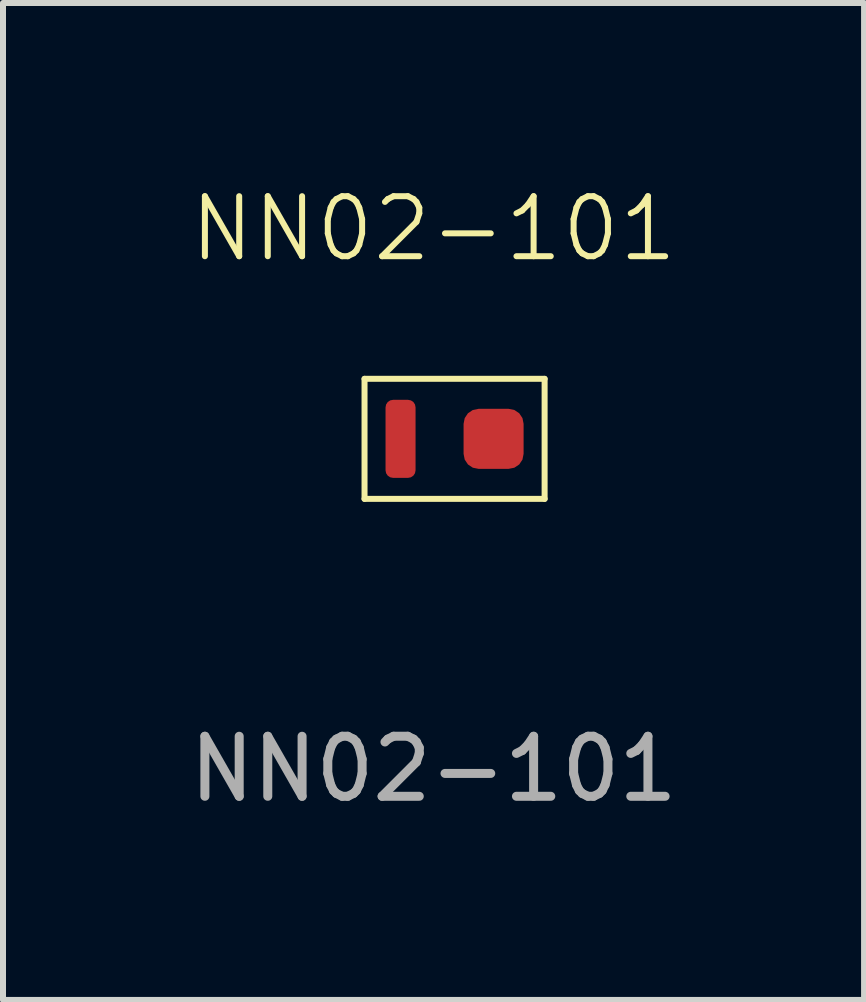
<source format=kicad_pcb>
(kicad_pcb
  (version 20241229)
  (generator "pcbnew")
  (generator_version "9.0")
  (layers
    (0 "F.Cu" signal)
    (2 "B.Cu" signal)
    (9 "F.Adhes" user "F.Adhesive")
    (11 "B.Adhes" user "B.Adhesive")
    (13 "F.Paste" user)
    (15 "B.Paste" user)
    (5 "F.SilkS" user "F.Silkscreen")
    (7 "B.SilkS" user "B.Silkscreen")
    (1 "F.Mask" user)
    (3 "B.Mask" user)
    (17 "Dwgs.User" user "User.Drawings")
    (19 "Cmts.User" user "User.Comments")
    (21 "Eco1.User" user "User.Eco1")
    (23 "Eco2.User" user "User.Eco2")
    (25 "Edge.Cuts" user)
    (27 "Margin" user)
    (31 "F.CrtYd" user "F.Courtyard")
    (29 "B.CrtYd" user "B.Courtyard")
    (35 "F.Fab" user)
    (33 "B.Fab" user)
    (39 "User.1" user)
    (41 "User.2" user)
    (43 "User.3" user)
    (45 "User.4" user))
  (footprint "NN02-101"
    (layer "F.Cu")
    (at 4.173 4.261)
    (property "Reference" "NN02-101" (at 0 -3.5 0) (unlocked yes) (layer "F.SilkS") (effects (font (size 1 1) (thickness 0.1))))
    (attr smd)
    (fp_line (start -1.15 -1) (end 1.85 -1) (stroke (width 0.1) (type default)) (layer "F.SilkS"))
    (fp_line (start -1.15 1) (end -1.15 -1) (stroke (width 0.1) (type default)) (layer "F.SilkS"))
    (fp_line (start 1.85 -1) (end 1.85 1) (stroke (width 0.1) (type default)) (layer "F.SilkS"))
    (fp_line (start 1.85 1) (end -1.15 1) (stroke (width 0.1) (type default)) (layer "F.SilkS"))
    (fp_text user "${REFERENCE}" (at 0 5.5 0) (unlocked yes) (layer "F.Fab") (effects (font (size 1 1) (thickness 0.15))))
    (pad "1" smd roundrect (at 1 0) (size 1 1) (layers "F.Cu" "F.Mask" "F.Paste") (roundrect_rratio 0.25))
    (pad "2" smd roundrect (at -0.55 0) (size 0.5 1.3) (layers "F.Cu" "F.Mask" "F.Paste") (roundrect_rratio 0.25))
    (zone (net_name "") (layers "F.Cu" "B.Cu") (name "Keepout") (hatch edge 0.152) (connect_pads) (min_thickness 0.25) (filled_areas_thickness no) (keepout (tracks not_allowed) (vias allowed) (pads allowed) (copperpour not_allowed) (footprints allowed)) (placement (enabled no)) (fill) (polygon (pts (xy 2.173 1.76) (xy 7.173 1.76) (xy 7.173 6.761) (xy 2.173 6.761)))))
  (gr_rect
    (start -3 -3)
    (end 11.345 13.609)
    (stroke (width 0.1) (type default))
    (fill no)
    (layer "Edge.Cuts")))
</source>
